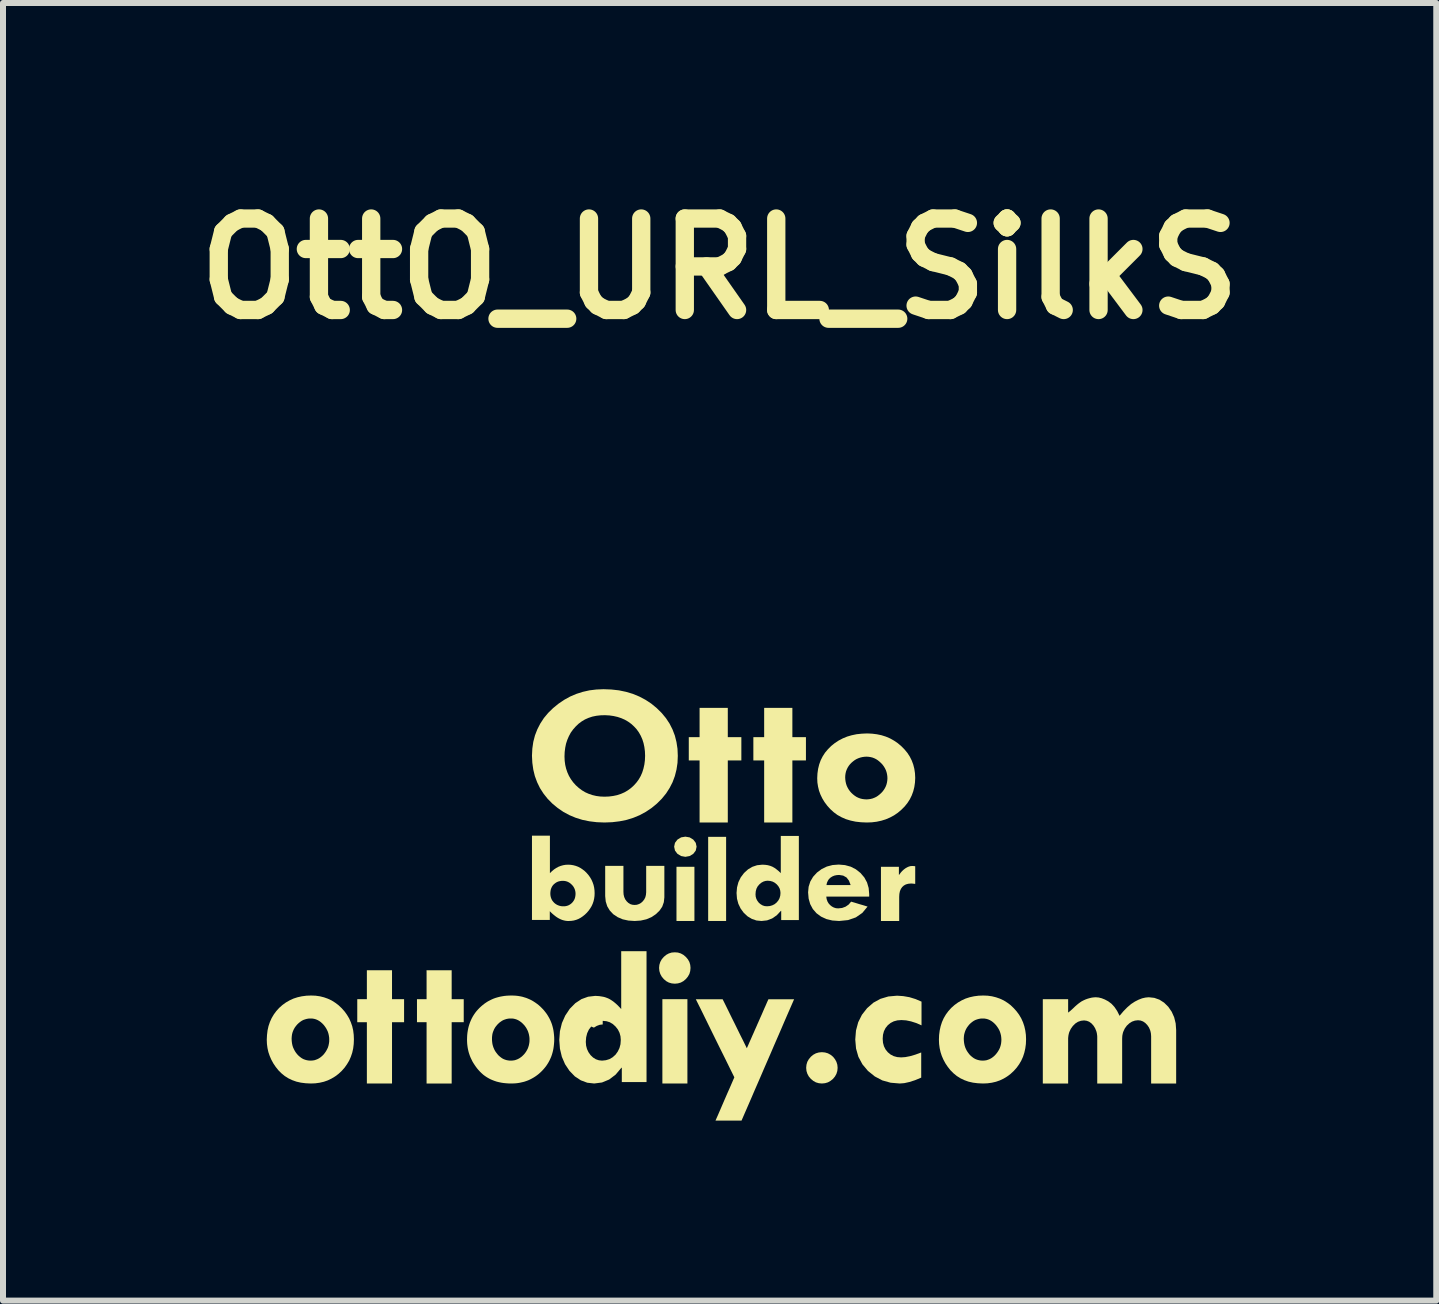
<source format=kicad_pcb>
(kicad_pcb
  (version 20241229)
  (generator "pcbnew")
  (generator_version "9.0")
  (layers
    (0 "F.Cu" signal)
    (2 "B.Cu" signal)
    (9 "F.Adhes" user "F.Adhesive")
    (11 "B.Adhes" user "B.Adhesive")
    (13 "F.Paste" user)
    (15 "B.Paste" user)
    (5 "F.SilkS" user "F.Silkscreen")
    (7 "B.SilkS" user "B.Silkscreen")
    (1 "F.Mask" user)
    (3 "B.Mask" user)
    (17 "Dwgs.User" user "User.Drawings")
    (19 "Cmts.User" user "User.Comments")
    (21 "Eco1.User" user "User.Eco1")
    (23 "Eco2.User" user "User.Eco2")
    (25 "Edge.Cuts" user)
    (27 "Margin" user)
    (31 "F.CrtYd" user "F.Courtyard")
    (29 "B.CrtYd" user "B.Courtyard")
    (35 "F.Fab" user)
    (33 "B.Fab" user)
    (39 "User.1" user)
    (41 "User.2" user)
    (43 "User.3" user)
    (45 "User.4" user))
  (footprint "OttO_URL_SilkS"
    (layer "F.Cu")
    (at 8.941 10.048)
    (property "Reference" "OttO_URL_SilkS" (at 0 -8.622 0) (layer "F.SilkS") (effects (font (size 1.524 1.524) (thickness 0.305))))
    (attr smd)
    (fp_poly (pts (xy 1.442 4.695) (xy 1.447 4.643) (xy 1.461 4.595) (xy 1.486 4.551) (xy 1.52 4.51) (xy 1.56 4.477) (xy 1.604 4.453) (xy 1.652 4.439) (xy 1.703 4.434) (xy 1.756 4.439) (xy 1.804 4.453) (xy 1.848 4.477) (xy 1.889 4.51) (xy 1.922 4.551) (xy 1.946 4.595) (xy 1.961 4.643) (xy 1.966 4.695) (xy 1.961 4.747) (xy 1.946 4.795) (xy 1.922 4.839) (xy 1.889 4.879) (xy 1.848 4.912) (xy 1.804 4.937) (xy 1.756 4.951) (xy 1.703 4.956) (xy 1.652 4.951) (xy 1.604 4.937) (xy 1.56 4.912) (xy 1.52 4.879) (xy 1.486 4.839) (xy 1.462 4.795) (xy 1.447 4.747) (xy 1.442 4.695)) (stroke (width 0) (type solid)) (fill yes) (layer "F.SilkS"))
    (fp_poly (pts (xy -0.758 1.01) (xy -0.719 1.345) (xy -0.682 1.345) (xy -0.644 1.345) (xy -0.607 1.345) (xy -0.57 1.345) (xy -0.532 1.345) (xy -0.495 1.345) (xy -0.458 1.345) (xy -0.42 1.345) (xy -0.42 1.458) (xy -0.42 1.571) (xy -0.42 1.683) (xy -0.42 1.796) (xy -0.42 1.909) (xy -0.42 2.022) (xy -0.42 2.135) (xy -0.42 2.248) (xy -0.458 2.248) (xy -0.495 2.248) (xy -0.532 2.248) (xy -0.57 2.248) (xy -0.607 2.248) (xy -0.644 2.248) (xy -0.682 2.248) (xy -0.719 2.248) (xy -0.719 2.135) (xy -0.719 2.022) (xy -0.719 1.909) (xy -0.719 1.796) (xy -0.719 1.683) (xy -0.719 1.571) (xy -0.719 1.458) (xy -0.719 1.345) (xy -0.758 1.01) (xy -0.744 0.946) (xy -0.703 0.892) (xy -0.642 0.855) (xy -0.571 0.843) (xy -0.5 0.855) (xy -0.439 0.892) (xy -0.398 0.946) (xy -0.384 1.01) (xy -0.398 1.075) (xy -0.439 1.129) (xy -0.5 1.166) (xy -0.571 1.179) (xy -0.642 1.166) (xy -0.703 1.129) (xy -0.744 1.075) (xy -0.758 1.01)) (stroke (width 0) (type solid)) (fill yes) (layer "F.SilkS"))
    (fp_poly (pts (xy 2.987 1.345) (xy 2.987 1.378) (xy 2.987 1.411) (xy 2.987 1.445) (xy 2.987 1.478) (xy 2.988 1.478) (xy 2.989 1.478) (xy 2.99 1.478) (xy 2.992 1.478) (xy 3.015 1.446) (xy 3.039 1.418) (xy 3.066 1.393) (xy 3.095 1.371) (xy 3.124 1.354) (xy 3.151 1.342) (xy 3.178 1.334) (xy 3.204 1.332) (xy 3.218 1.332) (xy 3.233 1.333) (xy 3.246 1.334) (xy 3.259 1.336) (xy 3.259 1.41) (xy 3.259 1.483) (xy 3.259 1.557) (xy 3.259 1.63) (xy 3.24 1.628) (xy 3.222 1.626) (xy 3.203 1.624) (xy 3.185 1.624) (xy 3.142 1.628) (xy 3.103 1.639) (xy 3.07 1.657) (xy 3.042 1.682) (xy 3.02 1.714) (xy 3.004 1.752) (xy 2.995 1.796) (xy 2.992 1.846) (xy 2.992 1.946) (xy 2.992 2.047) (xy 2.992 2.148) (xy 2.992 2.248) (xy 2.916 2.248) (xy 2.84 2.248) (xy 2.764 2.248) (xy 2.688 2.248) (xy 2.688 2.022) (xy 2.688 1.796) (xy 2.688 1.571) (xy 2.688 1.345) (xy 2.763 1.345) (xy 2.838 1.345) (xy 2.912 1.345) (xy 2.987 1.345)) (stroke (width 0) (type solid)) (fill yes) (layer "F.SilkS"))
    (fp_poly (pts (xy 3.359 4.439) (xy 3.359 4.544) (xy 3.359 4.649) (xy 3.359 4.753) (xy 3.359 4.858) (xy 3.256 4.901) (xy 3.162 4.931) (xy 3.077 4.95) (xy 3.001 4.956) (xy 2.849 4.943) (xy 2.71 4.904) (xy 2.585 4.838) (xy 2.472 4.747) (xy 2.379 4.636) (xy 2.312 4.511) (xy 2.273 4.374) (xy 2.26 4.224) (xy 2.272 4.073) (xy 2.309 3.935) (xy 2.371 3.811) (xy 2.457 3.701) (xy 2.561 3.61) (xy 2.68 3.545) (xy 2.811 3.506) (xy 2.956 3.493) (xy 3.06 3.5) (xy 3.163 3.518) (xy 3.264 3.549) (xy 3.364 3.592) (xy 3.364 3.691) (xy 3.364 3.789) (xy 3.364 3.888) (xy 3.364 3.987) (xy 3.274 3.948) (xy 3.189 3.921) (xy 3.107 3.904) (xy 3.029 3.899) (xy 2.962 3.904) (xy 2.902 3.92) (xy 2.849 3.947) (xy 2.802 3.985) (xy 2.765 4.031) (xy 2.738 4.084) (xy 2.722 4.144) (xy 2.717 4.21) (xy 2.722 4.277) (xy 2.738 4.336) (xy 2.765 4.389) (xy 2.802 4.435) (xy 2.848 4.473) (xy 2.9 4.5) (xy 2.959 4.516) (xy 3.025 4.521) (xy 3.094 4.516) (xy 3.172 4.501) (xy 3.261 4.475) (xy 3.359 4.439)) (stroke (width 0) (type solid)) (fill yes) (layer "F.SilkS"))
    (fp_poly (pts (xy -1.907 1.33) (xy -1.831 1.33) (xy -1.755 1.33) (xy -1.679 1.33) (xy -1.603 1.33) (xy -1.603 1.438) (xy -1.603 1.546) (xy -1.603 1.655) (xy -1.603 1.763) (xy -1.6 1.808) (xy -1.59 1.849) (xy -1.574 1.886) (xy -1.55 1.919) (xy -1.522 1.946) (xy -1.491 1.966) (xy -1.457 1.977) (xy -1.42 1.981) (xy -1.38 1.978) (xy -1.344 1.966) (xy -1.31 1.947) (xy -1.281 1.921) (xy -1.256 1.889) (xy -1.238 1.853) (xy -1.228 1.813) (xy -1.224 1.769) (xy -1.224 1.659) (xy -1.224 1.55) (xy -1.224 1.44) (xy -1.224 1.33) (xy -1.148 1.33) (xy -1.073 1.33) (xy -0.997 1.33) (xy -0.921 1.33) (xy -0.921 1.461) (xy -0.921 1.593) (xy -0.921 1.724) (xy -0.921 1.855) (xy -0.93 1.935) (xy -0.956 2.009) (xy -1.001 2.075) (xy -1.063 2.135) (xy -1.138 2.185) (xy -1.221 2.22) (xy -1.314 2.241) (xy -1.415 2.248) (xy -1.521 2.241) (xy -1.616 2.22) (xy -1.7 2.184) (xy -1.773 2.135) (xy -1.831 2.073) (xy -1.873 2.003) (xy -1.898 1.923) (xy -1.907 1.833) (xy -1.907 1.707) (xy -1.907 1.582) (xy -1.907 1.456) (xy -1.907 1.33) (xy -1.907 1.33) (xy -1.907 1.33) (xy -1.907 1.33) (xy -1.907 1.33)) (stroke (width 0) (type solid)) (fill yes) (layer "F.SilkS"))
    (fp_poly (pts (xy -0.191 0.846) (xy -0.172 0.846) (xy -0.154 0.846) (xy -0.135 0.846) (xy -0.116 0.846) (xy -0.098 0.846) (xy -0.079 0.846) (xy -0.06 0.846) (xy -0.042 0.846) (xy -0.023 0.846) (xy -0.004 0.846) (xy 0.014 0.846) (xy 0.033 0.846) (xy 0.052 0.846) (xy 0.07 0.846) (xy 0.089 0.846) (xy 0.108 0.846) (xy 0.108 0.933) (xy 0.108 1.021) (xy 0.108 1.109) (xy 0.108 1.196) (xy 0.108 1.284) (xy 0.108 1.372) (xy 0.108 1.459) (xy 0.108 1.547) (xy 0.108 1.635) (xy 0.108 1.722) (xy 0.108 1.81) (xy 0.108 1.898) (xy 0.108 1.985) (xy 0.108 2.073) (xy 0.108 2.161) (xy 0.108 2.248) (xy 0.089 2.248) (xy 0.07 2.248) (xy 0.052 2.248) (xy 0.033 2.248) (xy 0.014 2.248) (xy -0.004 2.248) (xy -0.023 2.248) (xy -0.042 2.248) (xy -0.06 2.248) (xy -0.079 2.248) (xy -0.098 2.248) (xy -0.116 2.248) (xy -0.135 2.248) (xy -0.154 2.248) (xy -0.172 2.248) (xy -0.191 2.248) (xy -0.191 2.161) (xy -0.191 2.073) (xy -0.191 1.985) (xy -0.191 1.898) (xy -0.191 1.81) (xy -0.191 1.722) (xy -0.191 1.635) (xy -0.191 1.547) (xy -0.191 1.459) (xy -0.191 1.372) (xy -0.191 1.284) (xy -0.191 1.196) (xy -0.191 1.109) (xy -0.191 1.021) (xy -0.191 0.933) (xy -0.191 0.846)) (stroke (width 0) (type solid)) (fill yes) (layer "F.SilkS"))
    (fp_poly (pts (xy 2.492 1.842) (xy 1.88 1.65) (xy 1.981 1.65) (xy 2.082 1.65) (xy 2.183 1.65) (xy 2.155 1.576) (xy 2.114 1.523) (xy 2.059 1.492) (xy 1.991 1.481) (xy 1.949 1.484) (xy 1.912 1.492) (xy 1.878 1.506) (xy 1.848 1.525) (xy 1.822 1.549) (xy 1.803 1.578) (xy 1.788 1.612) (xy 1.78 1.65) (xy 1.78 1.65) (xy 1.88 1.65) (xy 2.492 1.842) (xy 2.314 1.842) (xy 2.135 1.842) (xy 1.956 1.842) (xy 1.777 1.842) (xy 1.783 1.883) (xy 1.796 1.921) (xy 1.815 1.954) (xy 1.841 1.983) (xy 1.871 2.007) (xy 1.903 2.024) (xy 1.938 2.035) (xy 1.976 2.038) (xy 2.041 2.031) (xy 2.098 2.01) (xy 2.149 1.975) (xy 2.191 1.926) (xy 2.26 1.946) (xy 2.328 1.967) (xy 2.397 1.987) (xy 2.465 2.008) (xy 2.378 2.113) (xy 2.27 2.188) (xy 2.141 2.233) (xy 1.991 2.248) (xy 1.878 2.24) (xy 1.778 2.216) (xy 1.69 2.175) (xy 1.614 2.119) (xy 1.553 2.049) (xy 1.509 1.967) (xy 1.483 1.875) (xy 1.474 1.771) (xy 1.483 1.677) (xy 1.511 1.59) (xy 1.557 1.512) (xy 1.622 1.441) (xy 1.7 1.383) (xy 1.786 1.341) (xy 1.881 1.316) (xy 1.985 1.308) (xy 2.089 1.317) (xy 2.184 1.343) (xy 2.27 1.387) (xy 2.347 1.448) (xy 2.411 1.523) (xy 2.456 1.606) (xy 2.483 1.698) (xy 2.492 1.799) (xy 2.492 1.809) (xy 2.492 1.82) (xy 2.492 1.831) (xy 2.492 1.842)) (stroke (width 0) (type solid)) (fill yes) (layer "F.SilkS"))
    (fp_poly (pts (xy -1.009 3.03) (xy -0.954 4.956) (xy -0.954 4.868) (xy -0.954 4.78) (xy -0.954 4.692) (xy -0.954 4.605) (xy -0.954 4.517) (xy -0.954 4.429) (xy -0.954 4.341) (xy -0.954 4.253) (xy -0.954 4.166) (xy -0.954 4.078) (xy -0.954 3.99) (xy -0.954 3.902) (xy -0.954 3.814) (xy -0.954 3.727) (xy -0.954 3.639) (xy -0.954 3.551) (xy -0.928 3.551) (xy -0.902 3.551) (xy -0.876 3.551) (xy -0.85 3.551) (xy -0.745 3.551) (xy -0.641 3.551) (xy -0.615 3.551) (xy -0.589 3.551) (xy -0.563 3.551) (xy -0.537 3.551) (xy -0.537 3.639) (xy -0.537 3.727) (xy -0.537 3.814) (xy -0.537 3.902) (xy -0.537 3.99) (xy -0.537 4.078) (xy -0.537 4.166) (xy -0.537 4.253) (xy -0.537 4.341) (xy -0.537 4.429) (xy -0.537 4.517) (xy -0.537 4.605) (xy -0.537 4.692) (xy -0.537 4.78) (xy -0.537 4.868) (xy -0.537 4.956) (xy -0.563 4.956) (xy -0.589 4.956) (xy -0.615 4.956) (xy -0.641 4.956) (xy -0.745 4.956) (xy -0.85 4.956) (xy -0.876 4.956) (xy -0.902 4.956) (xy -0.928 4.956) (xy -0.954 4.956) (xy -1.009 3.03) (xy -1.004 2.979) (xy -0.989 2.931) (xy -0.965 2.887) (xy -0.931 2.847) (xy -0.891 2.813) (xy -0.847 2.789) (xy -0.799 2.774) (xy -0.747 2.77) (xy -0.695 2.774) (xy -0.647 2.789) (xy -0.603 2.813) (xy -0.563 2.847) (xy -0.529 2.887) (xy -0.504 2.931) (xy -0.49 2.979) (xy -0.485 3.03) (xy -0.49 3.082) (xy -0.504 3.131) (xy -0.529 3.175) (xy -0.563 3.216) (xy -0.603 3.25) (xy -0.647 3.274) (xy -0.695 3.288) (xy -0.747 3.293) (xy -0.799 3.288) (xy -0.847 3.274) (xy -0.891 3.25) (xy -0.931 3.216) (xy -0.965 3.175) (xy -0.989 3.131) (xy -1.004 3.082) (xy -1.009 3.03)) (stroke (width 0) (type solid)) (fill yes) (layer "F.SilkS"))
    (fp_poly (pts (xy -0.397 3.552) (xy -0.341 3.552) (xy -0.285 3.552) (xy -0.229 3.552) (xy -0.173 3.552) (xy -0.117 3.552) (xy -0.061 3.552) (xy -0.005 3.552) (xy 0.05 3.552) (xy 0.101 3.654) (xy 0.151 3.756) (xy 0.201 3.858) (xy 0.252 3.96) (xy 0.302 4.062) (xy 0.352 4.164) (xy 0.378 4.215) (xy 0.403 4.266) (xy 0.428 4.317) (xy 0.453 4.368) (xy 0.476 4.317) (xy 0.498 4.266) (xy 0.521 4.215) (xy 0.543 4.164) (xy 0.566 4.113) (xy 0.588 4.062) (xy 0.611 4.011) (xy 0.633 3.96) (xy 0.656 3.909) (xy 0.678 3.858) (xy 0.701 3.807) (xy 0.723 3.756) (xy 0.745 3.705) (xy 0.768 3.654) (xy 0.79 3.603) (xy 0.813 3.552) (xy 0.84 3.552) (xy 0.866 3.552) (xy 0.893 3.552) (xy 0.92 3.552) (xy 0.947 3.552) (xy 0.973 3.552) (xy 1 3.552) (xy 1.027 3.552) (xy 1.053 3.552) (xy 1.08 3.552) (xy 1.107 3.552) (xy 1.134 3.552) (xy 1.16 3.552) (xy 1.187 3.552) (xy 1.214 3.552) (xy 1.241 3.552) (xy 1.186 3.678) (xy 1.131 3.804) (xy 1.076 3.931) (xy 1.022 4.057) (xy 0.967 4.184) (xy 0.912 4.31) (xy 0.858 4.436) (xy 0.803 4.563) (xy 0.748 4.689) (xy 0.694 4.815) (xy 0.639 4.942) (xy 0.584 5.068) (xy 0.53 5.194) (xy 0.475 5.321) (xy 0.42 5.447) (xy 0.365 5.574) (xy 0.338 5.574) (xy 0.311 5.574) (xy 0.257 5.574) (xy 0.203 5.574) (xy 0.148 5.574) (xy 0.094 5.574) (xy 0.04 5.574) (xy -0.014 5.574) (xy -0.069 5.574) (xy -0.029 5.484) (xy 0.01 5.394) (xy 0.049 5.303) (xy 0.088 5.213) (xy 0.127 5.123) (xy 0.167 5.033) (xy 0.206 4.943) (xy 0.245 4.853) (xy 0.165 4.691) (xy 0.085 4.528) (xy 0.004 4.365) (xy -0.076 4.203) (xy -0.156 4.04) (xy -0.236 3.877) (xy -0.316 3.714) (xy -0.397 3.552)) (stroke (width 0) (type solid)) (fill yes) (layer "F.SilkS"))
    (fp_poly (pts (xy -0.334 -1.303) (xy -0.275 -1.303) (xy -0.216 -1.303) (xy -0.157 -1.303) (xy -0.099 -1.303) (xy -0.04 -1.303) (xy 0.019 -1.303) (xy 0.078 -1.303) (xy 0.136 -1.303) (xy 0.136 -1.242) (xy 0.136 -1.181) (xy 0.136 -1.12) (xy 0.136 -1.059) (xy 0.136 -0.998) (xy 0.136 -0.937) (xy 0.136 -0.876) (xy 0.136 -0.815) (xy 0.165 -0.815) (xy 0.193 -0.815) (xy 0.221 -0.815) (xy 0.249 -0.815) (xy 0.278 -0.815) (xy 0.306 -0.815) (xy 0.334 -0.815) (xy 0.362 -0.815) (xy 0.362 -0.767) (xy 0.362 -0.718) (xy 0.362 -0.67) (xy 0.362 -0.621) (xy 0.362 -0.572) (xy 0.362 -0.524) (xy 0.362 -0.475) (xy 0.362 -0.427) (xy 0.334 -0.427) (xy 0.306 -0.427) (xy 0.278 -0.427) (xy 0.249 -0.427) (xy 0.221 -0.427) (xy 0.193 -0.427) (xy 0.165 -0.427) (xy 0.136 -0.427) (xy 0.136 -0.297) (xy 0.136 -0.168) (xy 0.136 -0.039) (xy 0.136 0.09) (xy 0.136 0.219) (xy 0.136 0.349) (xy 0.136 0.478) (xy 0.136 0.607) (xy 0.078 0.607) (xy 0.019 0.607) (xy -0.04 0.607) (xy -0.099 0.607) (xy -0.157 0.607) (xy -0.216 0.607) (xy -0.275 0.607) (xy -0.334 0.607) (xy -0.334 0.478) (xy -0.334 0.349) (xy -0.334 0.219) (xy -0.334 0.09) (xy -0.334 -0.039) (xy -0.334 -0.168) (xy -0.334 -0.297) (xy -0.334 -0.427) (xy -0.356 -0.427) (xy -0.379 -0.427) (xy -0.401 -0.427) (xy -0.424 -0.427) (xy -0.446 -0.427) (xy -0.469 -0.427) (xy -0.491 -0.427) (xy -0.514 -0.427) (xy -0.514 -0.475) (xy -0.514 -0.524) (xy -0.514 -0.572) (xy -0.514 -0.621) (xy -0.514 -0.67) (xy -0.514 -0.718) (xy -0.514 -0.767) (xy -0.514 -0.815) (xy -0.491 -0.815) (xy -0.469 -0.815) (xy -0.446 -0.815) (xy -0.424 -0.815) (xy -0.401 -0.815) (xy -0.379 -0.815) (xy -0.356 -0.815) (xy -0.334 -0.815) (xy -0.334 -0.876) (xy -0.334 -0.937) (xy -0.334 -0.998) (xy -0.334 -1.059) (xy -0.334 -1.12) (xy -0.334 -1.181) (xy -0.334 -1.242) (xy -0.334 -1.303)) (stroke (width 0) (type solid)) (fill yes) (layer "F.SilkS"))
    (fp_poly (pts (xy 0.742 -1.303) (xy 0.801 -1.303) (xy 0.859 -1.303) (xy 0.918 -1.303) (xy 0.977 -1.303) (xy 1.036 -1.303) (xy 1.094 -1.303) (xy 1.153 -1.303) (xy 1.212 -1.303) (xy 1.212 -1.242) (xy 1.212 -1.181) (xy 1.212 -1.12) (xy 1.212 -1.059) (xy 1.212 -0.998) (xy 1.212 -0.937) (xy 1.212 -0.876) (xy 1.212 -0.815) (xy 1.24 -0.815) (xy 1.268 -0.815) (xy 1.297 -0.815) (xy 1.325 -0.815) (xy 1.353 -0.815) (xy 1.381 -0.815) (xy 1.41 -0.815) (xy 1.438 -0.815) (xy 1.438 -0.767) (xy 1.438 -0.718) (xy 1.438 -0.67) (xy 1.438 -0.621) (xy 1.438 -0.572) (xy 1.438 -0.524) (xy 1.438 -0.475) (xy 1.438 -0.427) (xy 1.41 -0.427) (xy 1.381 -0.427) (xy 1.353 -0.427) (xy 1.325 -0.427) (xy 1.297 -0.427) (xy 1.268 -0.427) (xy 1.24 -0.427) (xy 1.212 -0.427) (xy 1.212 -0.297) (xy 1.212 -0.168) (xy 1.212 -0.039) (xy 1.212 0.09) (xy 1.212 0.219) (xy 1.212 0.349) (xy 1.212 0.478) (xy 1.212 0.607) (xy 1.153 0.607) (xy 1.094 0.607) (xy 1.036 0.607) (xy 0.977 0.607) (xy 0.918 0.607) (xy 0.859 0.607) (xy 0.801 0.607) (xy 0.742 0.607) (xy 0.742 0.478) (xy 0.742 0.349) (xy 0.742 0.219) (xy 0.742 0.09) (xy 0.742 -0.039) (xy 0.742 -0.168) (xy 0.742 -0.297) (xy 0.742 -0.427) (xy 0.719 -0.427) (xy 0.697 -0.427) (xy 0.674 -0.427) (xy 0.652 -0.427) (xy 0.629 -0.427) (xy 0.607 -0.427) (xy 0.584 -0.427) (xy 0.562 -0.427) (xy 0.562 -0.475) (xy 0.562 -0.524) (xy 0.562 -0.572) (xy 0.562 -0.621) (xy 0.562 -0.67) (xy 0.562 -0.718) (xy 0.562 -0.767) (xy 0.562 -0.815) (xy 0.584 -0.815) (xy 0.607 -0.815) (xy 0.629 -0.815) (xy 0.652 -0.815) (xy 0.674 -0.815) (xy 0.697 -0.815) (xy 0.719 -0.815) (xy 0.742 -0.815) (xy 0.742 -0.876) (xy 0.742 -0.937) (xy 0.742 -0.998) (xy 0.742 -1.059) (xy 0.742 -1.12) (xy 0.742 -1.181) (xy 0.742 -1.242) (xy 0.742 -1.303)) (stroke (width 0) (type solid)) (fill yes) (layer "F.SilkS"))
    (fp_poly (pts (xy 1.019 0.831) (xy 1.094 0.831) (xy 1.014 1.782) (xy 1.01 1.742) (xy 0.999 1.705) (xy 0.979 1.67) (xy 0.952 1.638) (xy 0.919 1.611) (xy 0.883 1.592) (xy 0.843 1.581) (xy 0.799 1.577) (xy 0.799 1.577) (xy 0.763 1.581) (xy 0.728 1.592) (xy 0.694 1.611) (xy 0.662 1.638) (xy 0.634 1.671) (xy 0.614 1.709) (xy 0.602 1.753) (xy 0.598 1.803) (xy 0.601 1.843) (xy 0.612 1.88) (xy 0.63 1.914) (xy 0.654 1.945) (xy 0.684 1.97) (xy 0.717 1.989) (xy 0.752 2) (xy 0.791 2.003) (xy 0.837 1.999) (xy 0.878 1.987) (xy 0.916 1.968) (xy 0.95 1.94) (xy 0.978 1.906) (xy 0.998 1.869) (xy 1.01 1.827) (xy 1.014 1.782) (xy 1.094 0.831) (xy 1.169 0.831) (xy 1.188 0.831) (xy 1.207 0.831) (xy 1.226 0.831) (xy 1.245 0.831) (xy 1.263 0.831) (xy 1.282 0.831) (xy 1.301 0.831) (xy 1.32 0.831) (xy 1.32 0.919) (xy 1.32 1.006) (xy 1.32 1.094) (xy 1.32 1.182) (xy 1.32 1.269) (xy 1.32 1.357) (xy 1.32 1.445) (xy 1.32 1.532) (xy 1.32 1.62) (xy 1.32 1.707) (xy 1.32 1.795) (xy 1.32 1.883) (xy 1.32 1.97) (xy 1.32 2.058) (xy 1.32 2.146) (xy 1.32 2.233) (xy 1.301 2.233) (xy 1.283 2.233) (xy 1.265 2.233) (xy 1.246 2.233) (xy 1.228 2.233) (xy 1.21 2.233) (xy 1.191 2.233) (xy 1.173 2.233) (xy 1.099 2.233) (xy 1.026 2.233) (xy 1.026 2.195) (xy 1.026 2.156) (xy 1.026 2.118) (xy 1.026 2.079) (xy 1.025 2.079) (xy 1.023 2.079) (xy 1.022 2.079) (xy 1.021 2.079) (xy 0.952 2.153) (xy 0.875 2.206) (xy 0.79 2.238) (xy 0.698 2.248) (xy 0.614 2.24) (xy 0.538 2.214) (xy 0.467 2.172) (xy 0.403 2.113) (xy 0.35 2.041) (xy 0.312 1.962) (xy 0.289 1.876) (xy 0.282 1.782) (xy 0.29 1.688) (xy 0.313 1.601) (xy 0.352 1.521) (xy 0.407 1.448) (xy 0.473 1.388) (xy 0.546 1.345) (xy 0.624 1.319) (xy 0.709 1.31) (xy 0.757 1.312) (xy 0.801 1.318) (xy 0.842 1.329) (xy 0.878 1.343) (xy 0.912 1.362) (xy 0.947 1.387) (xy 0.983 1.416) (xy 1.019 1.451) (xy 1.019 1.296) (xy 1.019 1.141) (xy 1.019 0.986) (xy 1.019 0.831) (xy 1.019 0.831) (xy 1.019 0.831) (xy 1.019 0.831) (xy 1.019 0.831)) (stroke (width 0) (type solid)) (fill yes) (layer "F.SilkS"))
    (fp_poly (pts (xy -7.546 4.228) (xy -6.963 3.911) (xy -6.989 3.929) (xy -7.014 3.949) (xy -7.038 3.972) (xy -7.06 3.998) (xy -7.079 4.024) (xy -7.095 4.052) (xy -7.108 4.081) (xy -7.119 4.112) (xy -7.126 4.143) (xy -7.13 4.176) (xy -7.132 4.21) (xy -7.13 4.248) (xy -7.126 4.283) (xy -7.119 4.318) (xy -7.109 4.351) (xy -7.095 4.382) (xy -7.079 4.413) (xy -7.061 4.441) (xy -7.039 4.469) (xy -7.015 4.494) (xy -6.99 4.515) (xy -6.964 4.534) (xy -6.937 4.549) (xy -6.908 4.56) (xy -6.879 4.568) (xy -6.848 4.573) (xy -6.816 4.575) (xy -6.785 4.573) (xy -6.755 4.569) (xy -6.727 4.56) (xy -6.699 4.549) (xy -6.673 4.535) (xy -6.647 4.517) (xy -6.622 4.496) (xy -6.598 4.472) (xy -6.577 4.445) (xy -6.558 4.417) (xy -6.542 4.388) (xy -6.528 4.359) (xy -6.518 4.328) (xy -6.511 4.295) (xy -6.506 4.262) (xy -6.505 4.228) (xy -6.505 4.228) (xy -6.506 4.193) (xy -6.511 4.159) (xy -6.518 4.126) (xy -6.528 4.094) (xy -6.542 4.064) (xy -6.558 4.034) (xy -6.577 4.006) (xy -6.598 3.979) (xy -6.622 3.954) (xy -6.647 3.932) (xy -6.672 3.914) (xy -6.699 3.899) (xy -6.727 3.887) (xy -6.755 3.879) (xy -6.785 3.874) (xy -6.815 3.873) (xy -6.847 3.874) (xy -6.878 3.879) (xy -6.907 3.887) (xy -6.936 3.897) (xy -6.963 3.911) (xy -7.546 4.228) (xy -7.542 4.148) (xy -7.533 4.072) (xy -7.517 4) (xy -7.494 3.932) (xy -7.465 3.867) (xy -7.429 3.806) (xy -7.387 3.749) (xy -7.339 3.696) (xy -7.285 3.648) (xy -7.227 3.606) (xy -7.166 3.571) (xy -7.101 3.541) (xy -7.033 3.519) (xy -6.961 3.503) (xy -6.885 3.493) (xy -6.806 3.49) (xy -6.732 3.493) (xy -6.661 3.503) (xy -6.593 3.52) (xy -6.528 3.543) (xy -6.466 3.572) (xy -6.407 3.609) (xy -6.351 3.651) (xy -6.298 3.701) (xy -6.25 3.755) (xy -6.209 3.812) (xy -6.173 3.872) (xy -6.145 3.936) (xy -6.122 4.002) (xy -6.106 4.072) (xy -6.097 4.145) (xy -6.094 4.22) (xy -6.097 4.298) (xy -6.106 4.372) (xy -6.122 4.443) (xy -6.145 4.511) (xy -6.173 4.575) (xy -6.209 4.635) (xy -6.25 4.693) (xy -6.298 4.747) (xy -6.351 4.796) (xy -6.407 4.838) (xy -6.467 4.874) (xy -6.529 4.904) (xy -6.595 4.927) (xy -6.664 4.943) (xy -6.737 4.953) (xy -6.812 4.956) (xy -6.897 4.952) (xy -6.977 4.942) (xy -7.052 4.925) (xy -7.122 4.9) (xy -7.187 4.869) (xy -7.247 4.831) (xy -7.302 4.786) (xy -7.353 4.735) (xy -7.398 4.678) (xy -7.437 4.62) (xy -7.47 4.559) (xy -7.497 4.497) (xy -7.519 4.433) (xy -7.534 4.366) (xy -7.543 4.298) (xy -7.546 4.228)) (stroke (width 0) (type solid)) (fill yes) (layer "F.SilkS"))
    (fp_poly (pts (xy 3.654 4.228) (xy 4.236 3.911) (xy 4.21 3.929) (xy 4.185 3.949) (xy 4.161 3.972) (xy 4.14 3.998) (xy 4.121 4.024) (xy 4.105 4.052) (xy 4.092 4.081) (xy 4.082 4.112) (xy 4.074 4.143) (xy 4.07 4.176) (xy 4.068 4.21) (xy 4.07 4.248) (xy 4.074 4.283) (xy 4.081 4.318) (xy 4.091 4.351) (xy 4.104 4.382) (xy 4.12 4.413) (xy 4.139 4.441) (xy 4.16 4.469) (xy 4.184 4.494) (xy 4.209 4.515) (xy 4.235 4.534) (xy 4.263 4.549) (xy 4.291 4.56) (xy 4.321 4.568) (xy 4.351 4.573) (xy 4.383 4.575) (xy 4.414 4.573) (xy 4.444 4.569) (xy 4.472 4.56) (xy 4.5 4.549) (xy 4.526 4.535) (xy 4.552 4.517) (xy 4.577 4.496) (xy 4.6 4.472) (xy 4.622 4.445) (xy 4.641 4.417) (xy 4.658 4.388) (xy 4.671 4.359) (xy 4.681 4.328) (xy 4.689 4.295) (xy 4.693 4.262) (xy 4.695 4.228) (xy 4.695 4.228) (xy 4.693 4.193) (xy 4.689 4.159) (xy 4.681 4.126) (xy 4.671 4.094) (xy 4.658 4.064) (xy 4.641 4.034) (xy 4.622 4.006) (xy 4.601 3.979) (xy 4.577 3.954) (xy 4.552 3.932) (xy 4.527 3.914) (xy 4.5 3.899) (xy 4.472 3.887) (xy 4.444 3.879) (xy 4.414 3.874) (xy 4.384 3.873) (xy 4.352 3.874) (xy 4.321 3.879) (xy 4.292 3.887) (xy 4.264 3.897) (xy 4.236 3.911) (xy 3.654 4.228) (xy 3.657 4.148) (xy 3.667 4.072) (xy 3.683 4) (xy 3.705 3.932) (xy 3.734 3.867) (xy 3.77 3.806) (xy 3.812 3.749) (xy 3.86 3.696) (xy 3.914 3.648) (xy 3.972 3.606) (xy 4.033 3.571) (xy 4.098 3.541) (xy 4.166 3.519) (xy 4.238 3.503) (xy 4.314 3.493) (xy 4.393 3.49) (xy 4.467 3.493) (xy 4.538 3.503) (xy 4.606 3.52) (xy 4.672 3.543) (xy 4.734 3.572) (xy 4.793 3.609) (xy 4.849 3.651) (xy 4.901 3.701) (xy 4.949 3.755) (xy 4.991 3.812) (xy 5.026 3.872) (xy 5.055 3.936) (xy 5.077 4.002) (xy 5.093 4.072) (xy 5.103 4.145) (xy 5.106 4.22) (xy 5.103 4.298) (xy 5.093 4.372) (xy 5.077 4.443) (xy 5.055 4.511) (xy 5.026 4.575) (xy 4.991 4.635) (xy 4.949 4.693) (xy 4.901 4.747) (xy 4.848 4.796) (xy 4.792 4.838) (xy 4.733 4.874) (xy 4.67 4.904) (xy 4.604 4.927) (xy 4.535 4.943) (xy 4.462 4.953) (xy 4.387 4.956) (xy 4.302 4.952) (xy 4.222 4.942) (xy 4.147 4.925) (xy 4.077 4.9) (xy 4.012 4.869) (xy 3.952 4.831) (xy 3.897 4.786) (xy 3.846 4.735) (xy 3.801 4.678) (xy 3.762 4.62) (xy 3.729 4.559) (xy 3.702 4.497) (xy 3.681 4.433) (xy 3.666 4.366) (xy 3.657 4.298) (xy 3.654 4.228)) (stroke (width 0) (type solid)) (fill yes) (layer "F.SilkS"))
    (fp_poly (pts (xy -3.127 -0.506) (xy -3.121 -0.624) (xy -2.244 -1.11) (xy -2.299 -1.077) (xy -2.351 -1.038) (xy -2.399 -0.992) (xy -2.443 -0.942) (xy -2.481 -0.889) (xy -2.512 -0.831) (xy -2.538 -0.771) (xy -2.559 -0.707) (xy -2.573 -0.639) (xy -2.582 -0.568) (xy -2.585 -0.493) (xy -2.582 -0.422) (xy -2.573 -0.354) (xy -2.558 -0.29) (xy -2.537 -0.228) (xy -2.511 -0.17) (xy -2.478 -0.114) (xy -2.44 -0.062) (xy -2.396 -0.013) (xy -2.347 0.031) (xy -2.295 0.07) (xy -2.24 0.103) (xy -2.182 0.129) (xy -2.12 0.15) (xy -2.056 0.165) (xy -1.989 0.174) (xy -1.918 0.177) (xy -1.844 0.174) (xy -1.774 0.165) (xy -1.707 0.151) (xy -1.644 0.13) (xy -1.585 0.104) (xy -1.529 0.071) (xy -1.477 0.033) (xy -1.429 -0.011) (xy -1.385 -0.06) (xy -1.347 -0.112) (xy -1.315 -0.168) (xy -1.289 -0.228) (xy -1.269 -0.292) (xy -1.254 -0.36) (xy -1.245 -0.431) (xy -1.242 -0.506) (xy -1.245 -0.58) (xy -1.254 -0.65) (xy -1.268 -0.716) (xy -1.288 -0.779) (xy -1.314 -0.838) (xy -1.345 -0.893) (xy -1.382 -0.945) (xy -1.425 -0.992) (xy -1.473 -1.036) (xy -1.524 -1.073) (xy -1.579 -1.105) (xy -1.638 -1.131) (xy -1.701 -1.152) (xy -1.767 -1.167) (xy -1.837 -1.177) (xy -1.911 -1.181) (xy -1.911 -1.181) (xy -1.985 -1.179) (xy -2.055 -1.171) (xy -2.122 -1.157) (xy -2.185 -1.136) (xy -2.244 -1.11) (xy -3.121 -0.624) (xy -3.105 -0.736) (xy -3.077 -0.844) (xy -3.038 -0.945) (xy -2.988 -1.042) (xy -2.928 -1.134) (xy -2.856 -1.22) (xy -2.773 -1.301) (xy -2.683 -1.374) (xy -2.588 -1.438) (xy -2.49 -1.492) (xy -2.387 -1.536) (xy -2.28 -1.57) (xy -2.169 -1.595) (xy -2.054 -1.609) (xy -1.935 -1.614) (xy -1.804 -1.609) (xy -1.678 -1.595) (xy -1.559 -1.57) (xy -1.445 -1.536) (xy -1.337 -1.491) (xy -1.235 -1.437) (xy -1.138 -1.373) (xy -1.048 -1.299) (xy -0.966 -1.218) (xy -0.894 -1.131) (xy -0.834 -1.04) (xy -0.785 -0.943) (xy -0.746 -0.841) (xy -0.719 -0.733) (xy -0.702 -0.621) (xy -0.697 -0.503) (xy -0.702 -0.386) (xy -0.719 -0.274) (xy -0.746 -0.167) (xy -0.784 -0.065) (xy -0.833 0.031) (xy -0.892 0.123) (xy -0.963 0.21) (xy -1.044 0.291) (xy -1.134 0.365) (xy -1.229 0.429) (xy -1.33 0.484) (xy -1.436 0.528) (xy -1.548 0.563) (xy -1.666 0.587) (xy -1.789 0.602) (xy -1.918 0.607) (xy -2.047 0.602) (xy -2.17 0.587) (xy -2.287 0.563) (xy -2.399 0.528) (xy -2.504 0.484) (xy -2.604 0.43) (xy -2.698 0.366) (xy -2.786 0.293) (xy -2.866 0.212) (xy -2.935 0.125) (xy -2.994 0.033) (xy -3.041 -0.064) (xy -3.079 -0.167) (xy -3.105 -0.274) (xy -3.121 -0.388) (xy -3.127 -0.506) (xy -3.127 -0.506)) (stroke (width 0) (type solid)) (fill yes) (layer "F.SilkS"))
    (fp_poly (pts (xy 1.626 -0.131) (xy 2.281 -0.45) (xy 2.252 -0.433) (xy 2.224 -0.412) (xy 2.197 -0.389) (xy 2.172 -0.363) (xy 2.151 -0.336) (xy 2.133 -0.307) (xy 2.119 -0.278) (xy 2.107 -0.247) (xy 2.099 -0.215) (xy 2.094 -0.182) (xy 2.092 -0.147) (xy 2.094 -0.11) (xy 2.099 -0.073) (xy 2.107 -0.038) (xy 2.118 -0.005) (xy 2.133 0.027) (xy 2.151 0.058) (xy 2.172 0.087) (xy 2.196 0.114) (xy 2.223 0.139) (xy 2.251 0.161) (xy 2.28 0.18) (xy 2.311 0.195) (xy 2.343 0.207) (xy 2.376 0.215) (xy 2.411 0.22) (xy 2.447 0.222) (xy 2.481 0.22) (xy 2.514 0.215) (xy 2.547 0.207) (xy 2.578 0.195) (xy 2.608 0.181) (xy 2.636 0.163) (xy 2.664 0.141) (xy 2.691 0.117) (xy 2.716 0.09) (xy 2.737 0.062) (xy 2.755 0.033) (xy 2.77 0.002) (xy 2.781 -0.029) (xy 2.789 -0.062) (xy 2.794 -0.096) (xy 2.796 -0.131) (xy 2.796 -0.131) (xy 2.794 -0.166) (xy 2.789 -0.2) (xy 2.781 -0.233) (xy 2.77 -0.265) (xy 2.755 -0.296) (xy 2.737 -0.326) (xy 2.716 -0.355) (xy 2.691 -0.382) (xy 2.664 -0.407) (xy 2.637 -0.429) (xy 2.608 -0.448) (xy 2.578 -0.463) (xy 2.547 -0.475) (xy 2.514 -0.483) (xy 2.481 -0.488) (xy 2.447 -0.49) (xy 2.411 -0.488) (xy 2.377 -0.483) (xy 2.344 -0.475) (xy 2.312 -0.464) (xy 2.281 -0.45) (xy 1.626 -0.131) (xy 1.63 -0.211) (xy 1.641 -0.288) (xy 1.659 -0.361) (xy 1.684 -0.43) (xy 1.717 -0.495) (xy 1.757 -0.557) (xy 1.805 -0.614) (xy 1.859 -0.668) (xy 1.92 -0.717) (xy 1.984 -0.759) (xy 2.053 -0.795) (xy 2.126 -0.825) (xy 2.202 -0.847) (xy 2.283 -0.864) (xy 2.369 -0.873) (xy 2.458 -0.877) (xy 2.541 -0.873) (xy 2.621 -0.863) (xy 2.697 -0.847) (xy 2.77 -0.824) (xy 2.84 -0.794) (xy 2.906 -0.757) (xy 2.969 -0.714) (xy 3.028 -0.664) (xy 3.082 -0.609) (xy 3.129 -0.552) (xy 3.169 -0.49) (xy 3.201 -0.426) (xy 3.226 -0.359) (xy 3.244 -0.288) (xy 3.255 -0.214) (xy 3.259 -0.137) (xy 3.255 -0.059) (xy 3.244 0.016) (xy 3.226 0.088) (xy 3.201 0.156) (xy 3.169 0.221) (xy 3.129 0.283) (xy 3.082 0.341) (xy 3.028 0.395) (xy 2.969 0.445) (xy 2.906 0.488) (xy 2.839 0.524) (xy 2.769 0.554) (xy 2.695 0.577) (xy 2.617 0.594) (xy 2.536 0.604) (xy 2.451 0.607) (xy 2.356 0.603) (xy 2.266 0.593) (xy 2.182 0.575) (xy 2.103 0.551) (xy 2.03 0.519) (xy 1.962 0.481) (xy 1.9 0.435) (xy 1.843 0.383) (xy 1.792 0.326) (xy 1.748 0.267) (xy 1.711 0.206) (xy 1.68 0.142) (xy 1.656 0.077) (xy 1.64 0.01) (xy 1.629 -0.059) (xy 1.626 -0.131) (xy 1.626 -0.131)) (stroke (width 0) (type solid)) (fill yes) (layer "F.SilkS"))
    (fp_poly (pts (xy -1.64 2.751) (xy -1.613 2.751) (xy -1.647 4.23) (xy -1.652 4.169) (xy -1.668 4.111) (xy -1.695 4.057) (xy -1.734 4.007) (xy -1.78 3.965) (xy -1.831 3.935) (xy -1.886 3.918) (xy -1.948 3.912) (xy -1.948 3.972) (xy -1.998 3.978) (xy -2.047 3.996) (xy -2.095 4.025) (xy -2.14 4.007) (xy -2.179 4.058) (xy -2.207 4.118) (xy -2.224 4.186) (xy -2.23 4.262) (xy -2.225 4.325) (xy -2.21 4.382) (xy -2.185 4.435) (xy -2.15 4.484) (xy -2.109 4.523) (xy -2.063 4.552) (xy -2.013 4.569) (xy -1.959 4.575) (xy -1.895 4.568) (xy -1.836 4.55) (xy -1.783 4.519) (xy -1.735 4.476) (xy -1.697 4.423) (xy -1.669 4.365) (xy -1.652 4.301) (xy -1.647 4.23) (xy -1.613 2.751) (xy -1.587 2.751) (xy -1.561 2.751) (xy -1.534 2.751) (xy -1.429 2.751) (xy -1.323 2.751) (xy -1.31 2.751) (xy -1.297 2.751) (xy -1.284 2.751) (xy -1.271 2.751) (xy -1.257 2.751) (xy -1.244 2.751) (xy -1.231 2.751) (xy -1.218 2.751) (xy -1.218 2.82) (xy -1.218 2.888) (xy -1.218 2.956) (xy -1.218 3.024) (xy -1.218 3.092) (xy -1.218 3.16) (xy -1.218 3.228) (xy -1.218 3.297) (xy -1.218 3.365) (xy -1.218 3.433) (xy -1.218 3.501) (xy -1.218 3.569) (xy -1.218 3.637) (xy -1.218 3.706) (xy -1.218 3.774) (xy -1.218 3.842) (xy -1.218 3.91) (xy -1.218 3.978) (xy -1.218 4.046) (xy -1.218 4.115) (xy -1.218 4.183) (xy -1.218 4.251) (xy -1.218 4.319) (xy -1.218 4.387) (xy -1.218 4.455) (xy -1.218 4.524) (xy -1.218 4.592) (xy -1.218 4.66) (xy -1.218 4.728) (xy -1.218 4.796) (xy -1.218 4.864) (xy -1.218 4.932) (xy -1.231 4.932) (xy -1.244 4.932) (xy -1.256 4.932) (xy -1.269 4.932) (xy -1.282 4.932) (xy -1.295 4.932) (xy -1.308 4.932) (xy -1.321 4.932) (xy -1.424 4.932) (xy -1.527 4.932) (xy -1.63 4.932) (xy -1.63 4.872) (xy -1.63 4.813) (xy -1.63 4.753) (xy -1.63 4.693) (xy -1.632 4.693) (xy -1.633 4.693) (xy -1.635 4.693) (xy -1.636 4.693) (xy -1.733 4.808) (xy -1.841 4.89) (xy -1.96 4.939) (xy -2.09 4.956) (xy -2.206 4.943) (xy -2.313 4.903) (xy -2.412 4.838) (xy -2.502 4.745) (xy -2.576 4.634) (xy -2.629 4.511) (xy -2.661 4.376) (xy -2.672 4.23) (xy -2.661 4.084) (xy -2.628 3.949) (xy -2.573 3.825) (xy -2.497 3.711) (xy -2.404 3.617) (xy -2.302 3.55) (xy -2.192 3.51) (xy -2.073 3.496) (xy -2.006 3.5) (xy -1.944 3.51) (xy -1.93 3.513) (xy -1.915 3.517) (xy -1.902 3.521) (xy -1.888 3.526) (xy -1.875 3.531) (xy -1.862 3.536) (xy -1.849 3.542) (xy -1.837 3.548) (xy -1.825 3.555) (xy -1.813 3.562) (xy -1.801 3.57) (xy -1.789 3.578) (xy -1.776 3.587) (xy -1.764 3.596) (xy -1.752 3.606) (xy -1.74 3.616) (xy -1.727 3.627) (xy -1.715 3.638) (xy -1.702 3.65) (xy -1.69 3.662) (xy -1.678 3.675) (xy -1.665 3.688) (xy -1.652 3.702) (xy -1.64 3.716) (xy -1.64 3.656) (xy -1.64 3.595) (xy -1.64 3.535) (xy -1.64 3.475) (xy -1.64 3.415) (xy -1.64 3.354) (xy -1.64 3.294) (xy -1.64 3.234) (xy -1.64 3.173) (xy -1.64 3.113) (xy -1.64 3.053) (xy -1.64 2.993) (xy -1.64 2.932) (xy -1.64 2.872) (xy -1.64 2.812) (xy -1.64 2.751)) (stroke (width 0) (type solid)) (fill yes) (layer "F.SilkS"))
    (fp_poly (pts (xy -3.127 0.827) (xy -2.746 1.623) (xy -2.762 1.636) (xy -2.776 1.651) (xy -2.788 1.667) (xy -2.798 1.685) (xy -2.806 1.703) (xy -2.813 1.723) (xy -2.817 1.744) (xy -2.82 1.767) (xy -2.821 1.79) (xy -2.82 1.813) (xy -2.817 1.834) (xy -2.812 1.855) (xy -2.805 1.875) (xy -2.797 1.893) (xy -2.786 1.911) (xy -2.773 1.927) (xy -2.759 1.943) (xy -2.743 1.957) (xy -2.726 1.969) (xy -2.707 1.98) (xy -2.688 1.988) (xy -2.668 1.995) (xy -2.647 2) (xy -2.625 2.003) (xy -2.602 2.003) (xy -2.581 2.003) (xy -2.561 2) (xy -2.541 1.995) (xy -2.523 1.989) (xy -2.505 1.98) (xy -2.489 1.97) (xy -2.473 1.958) (xy -2.458 1.944) (xy -2.445 1.929) (xy -2.433 1.912) (xy -2.423 1.895) (xy -2.415 1.877) (xy -2.409 1.858) (xy -2.405 1.838) (xy -2.402 1.817) (xy -2.401 1.794) (xy -2.402 1.773) (xy -2.405 1.752) (xy -2.41 1.732) (xy -2.417 1.712) (xy -2.426 1.694) (xy -2.436 1.676) (xy -2.449 1.659) (xy -2.464 1.643) (xy -2.48 1.628) (xy -2.496 1.615) (xy -2.514 1.604) (xy -2.532 1.595) (xy -2.551 1.588) (xy -2.571 1.583) (xy -2.592 1.58) (xy -2.613 1.579) (xy -2.613 1.579) (xy -2.635 1.58) (xy -2.656 1.583) (xy -2.676 1.587) (xy -2.695 1.593) (xy -2.713 1.601) (xy -2.73 1.611) (xy -2.746 1.623) (xy -3.127 0.827) (xy -3.108 0.827) (xy -3.089 0.827) (xy -3.071 0.827) (xy -3.052 0.827) (xy -3.033 0.827) (xy -3.015 0.827) (xy -2.996 0.827) (xy -2.991 0.827) (xy -2.987 0.827) (xy -2.982 0.827) (xy -2.977 0.827) (xy -2.94 0.827) (xy -2.903 0.827) (xy -2.865 0.827) (xy -2.828 0.827) (xy -2.828 0.905) (xy -2.828 0.983) (xy -2.828 1.061) (xy -2.828 1.139) (xy -2.828 1.217) (xy -2.828 1.295) (xy -2.828 1.373) (xy -2.828 1.451) (xy -2.794 1.418) (xy -2.759 1.389) (xy -2.723 1.365) (xy -2.686 1.345) (xy -2.647 1.33) (xy -2.608 1.319) (xy -2.567 1.312) (xy -2.525 1.31) (xy -2.481 1.312) (xy -2.438 1.319) (xy -2.397 1.33) (xy -2.357 1.345) (xy -2.319 1.365) (xy -2.283 1.389) (xy -2.247 1.417) (xy -2.214 1.45) (xy -2.183 1.486) (xy -2.157 1.523) (xy -2.134 1.563) (xy -2.116 1.604) (xy -2.101 1.647) (xy -2.091 1.691) (xy -2.085 1.738) (xy -2.083 1.786) (xy -2.085 1.832) (xy -2.091 1.876) (xy -2.101 1.919) (xy -2.115 1.96) (xy -2.133 2) (xy -2.156 2.038) (xy -2.182 2.075) (xy -2.212 2.11) (xy -2.245 2.142) (xy -2.28 2.17) (xy -2.315 2.194) (xy -2.352 2.214) (xy -2.39 2.229) (xy -2.43 2.24) (xy -2.471 2.246) (xy -2.513 2.248) (xy -2.534 2.248) (xy -2.555 2.246) (xy -2.576 2.243) (xy -2.596 2.238) (xy -2.616 2.233) (xy -2.635 2.226) (xy -2.654 2.218) (xy -2.672 2.209) (xy -2.691 2.199) (xy -2.71 2.187) (xy -2.729 2.174) (xy -2.748 2.159) (xy -2.768 2.143) (xy -2.789 2.125) (xy -2.809 2.106) (xy -2.83 2.085) (xy -2.83 2.104) (xy -2.83 2.122) (xy -2.83 2.14) (xy -2.83 2.158) (xy -2.83 2.177) (xy -2.83 2.195) (xy -2.83 2.213) (xy -2.83 2.231) (xy -2.867 2.231) (xy -2.904 2.231) (xy -2.942 2.231) (xy -2.979 2.231) (xy -2.997 2.231) (xy -3.016 2.231) (xy -3.034 2.231) (xy -3.053 2.231) (xy -3.071 2.231) (xy -3.09 2.231) (xy -3.108 2.231) (xy -3.127 2.231) (xy -3.127 2.144) (xy -3.127 2.056) (xy -3.127 1.968) (xy -3.127 1.88) (xy -3.127 1.792) (xy -3.127 1.705) (xy -3.127 1.617) (xy -3.127 1.529) (xy -3.127 1.441) (xy -3.127 1.353) (xy -3.127 1.266) (xy -3.127 1.178) (xy -3.127 1.09) (xy -3.127 1.002) (xy -3.127 0.914) (xy -3.127 0.827) (xy -3.127 0.827) (xy -3.127 0.827) (xy -3.127 0.827) (xy -3.127 0.827) (xy -3.127 0.827) (xy -3.127 0.827) (xy -3.127 0.827) (xy -3.127 0.827) (xy -3.127 0.827) (xy -3.127 0.827) (xy -3.127 0.827) (xy -3.127 0.827) (xy -3.127 0.827) (xy -3.127 0.827) (xy -3.127 0.827) (xy -3.127 0.827)) (stroke (width 0) (type solid)) (fill yes) (layer "F.SilkS"))
    (fp_poly (pts (xy -5.878 3.069) (xy -5.852 3.069) (xy -5.825 3.069) (xy -5.799 3.069) (xy -5.773 3.069) (xy -5.747 3.069) (xy -5.721 3.069) (xy -5.695 3.069) (xy -5.668 3.069) (xy -5.642 3.069) (xy -5.616 3.069) (xy -5.59 3.069) (xy -5.564 3.069) (xy -5.537 3.069) (xy -5.511 3.069) (xy -5.485 3.069) (xy -5.459 3.069) (xy -5.459 3.099) (xy -5.459 3.129) (xy -5.459 3.159) (xy -5.459 3.189) (xy -5.459 3.22) (xy -5.459 3.25) (xy -5.459 3.28) (xy -5.459 3.31) (xy -5.459 3.34) (xy -5.459 3.37) (xy -5.459 3.4) (xy -5.459 3.431) (xy -5.459 3.461) (xy -5.459 3.491) (xy -5.459 3.521) (xy -5.459 3.551) (xy -5.453 3.551) (xy -5.446 3.551) (xy -5.44 3.551) (xy -5.434 3.551) (xy -5.428 3.551) (xy -5.421 3.551) (xy -5.415 3.551) (xy -5.409 3.551) (xy -5.402 3.551) (xy -5.396 3.551) (xy -5.39 3.551) (xy -5.384 3.551) (xy -5.358 3.551) (xy -5.333 3.551) (xy -5.308 3.551) (xy -5.283 3.551) (xy -5.258 3.551) (xy -5.258 3.599) (xy -5.258 3.647) (xy -5.258 3.695) (xy -5.258 3.743) (xy -5.258 3.791) (xy -5.258 3.839) (xy -5.258 3.887) (xy -5.258 3.935) (xy -5.283 3.935) (xy -5.308 3.935) (xy -5.333 3.935) (xy -5.358 3.935) (xy -5.384 3.935) (xy -5.409 3.935) (xy -5.412 3.935) (xy -5.415 3.935) (xy -5.418 3.935) (xy -5.421 3.935) (xy -5.424 3.935) (xy -5.428 3.935) (xy -5.431 3.935) (xy -5.434 3.935) (xy -5.437 3.935) (xy -5.44 3.935) (xy -5.443 3.935) (xy -5.446 3.935) (xy -5.449 3.935) (xy -5.453 3.935) (xy -5.456 3.935) (xy -5.459 3.935) (xy -5.459 3.967) (xy -5.459 3.999) (xy -5.459 4.031) (xy -5.459 4.063) (xy -5.459 4.095) (xy -5.459 4.127) (xy -5.459 4.159) (xy -5.459 4.19) (xy -5.459 4.222) (xy -5.459 4.254) (xy -5.459 4.286) (xy -5.459 4.318) (xy -5.459 4.35) (xy -5.459 4.382) (xy -5.459 4.414) (xy -5.459 4.446) (xy -5.459 4.478) (xy -5.459 4.509) (xy -5.459 4.541) (xy -5.459 4.573) (xy -5.459 4.605) (xy -5.459 4.637) (xy -5.459 4.669) (xy -5.459 4.701) (xy -5.459 4.733) (xy -5.459 4.765) (xy -5.459 4.797) (xy -5.459 4.828) (xy -5.459 4.86) (xy -5.459 4.892) (xy -5.459 4.924) (xy -5.459 4.956) (xy -5.472 4.956) (xy -5.485 4.956) (xy -5.498 4.956) (xy -5.501 4.956) (xy -5.505 4.956) (xy -5.508 4.956) (xy -5.511 4.956) (xy -5.515 4.956) (xy -5.518 4.956) (xy -5.521 4.956) (xy -5.524 4.956) (xy -5.528 4.956) (xy -5.531 4.956) (xy -5.534 4.956) (xy -5.537 4.956) (xy -5.541 4.956) (xy -5.544 4.956) (xy -5.547 4.956) (xy -5.551 4.956) (xy -5.554 4.956) (xy -5.557 4.956) (xy -5.56 4.956) (xy -5.564 4.956) (xy -5.59 4.956) (xy -5.616 4.956) (xy -5.642 4.956) (xy -5.668 4.956) (xy -5.695 4.956) (xy -5.721 4.956) (xy -5.747 4.956) (xy -5.773 4.956) (xy -5.799 4.956) (xy -5.825 4.956) (xy -5.852 4.956) (xy -5.878 4.956) (xy -5.878 4.948) (xy -5.878 4.94) (xy -5.878 4.932) (xy -5.878 4.924) (xy -5.878 4.892) (xy -5.878 4.86) (xy -5.878 4.828) (xy -5.878 4.797) (xy -5.878 4.765) (xy -5.878 4.733) (xy -5.878 4.701) (xy -5.878 4.669) (xy -5.878 4.637) (xy -5.878 4.605) (xy -5.878 4.573) (xy -5.878 4.541) (xy -5.878 4.509) (xy -5.878 4.478) (xy -5.878 4.446) (xy -5.878 4.414) (xy -5.878 4.382) (xy -5.878 4.35) (xy -5.878 4.318) (xy -5.878 4.286) (xy -5.878 4.254) (xy -5.878 4.222) (xy -5.878 4.19) (xy -5.878 4.159) (xy -5.878 4.127) (xy -5.878 4.095) (xy -5.878 4.063) (xy -5.878 4.031) (xy -5.878 3.999) (xy -5.878 3.967) (xy -5.878 3.935) (xy -5.88 3.935) (xy -5.883 3.935) (xy -5.885 3.935) (xy -5.888 3.935) (xy -5.89 3.935) (xy -5.893 3.935) (xy -5.895 3.935) (xy -5.898 3.935) (xy -5.9 3.935) (xy -5.903 3.935) (xy -5.905 3.935) (xy -5.908 3.935) (xy -5.91 3.935) (xy -5.913 3.935) (xy -5.915 3.935) (xy -5.918 3.935) (xy -5.938 3.935) (xy -5.958 3.935) (xy -5.978 3.935) (xy -5.998 3.935) (xy -6.018 3.935) (xy -6.038 3.935) (xy -6.038 3.887) (xy -6.038 3.839) (xy -6.038 3.791) (xy -6.038 3.743) (xy -6.038 3.695) (xy -6.038 3.647) (xy -6.038 3.599) (xy -6.038 3.551) (xy -6.018 3.551) (xy -5.998 3.551) (xy -5.978 3.551) (xy -5.958 3.551) (xy -5.953 3.551) (xy -5.948 3.551) (xy -5.943 3.551) (xy -5.938 3.551) (xy -5.933 3.551) (xy -5.928 3.551) (xy -5.923 3.551) (xy -5.918 3.551) (xy -5.913 3.551) (xy -5.908 3.551) (xy -5.903 3.551) (xy -5.898 3.551) (xy -5.893 3.551) (xy -5.888 3.551) (xy -5.883 3.551) (xy -5.878 3.551) (xy -5.878 3.521) (xy -5.878 3.491) (xy -5.878 3.461) (xy -5.878 3.431) (xy -5.878 3.4) (xy -5.878 3.37) (xy -5.878 3.34) (xy -5.878 3.31) (xy -5.878 3.28) (xy -5.878 3.25) (xy -5.878 3.22) (xy -5.878 3.189) (xy -5.878 3.159) (xy -5.878 3.129) (xy -5.878 3.099) (xy -5.878 3.069)) (stroke (width 0) (type solid)) (fill yes) (layer "F.SilkS"))
    (fp_poly (pts (xy -4.209 4.228) (xy -3.613 3.904) (xy -3.626 3.911) (xy -3.639 3.92) (xy -3.652 3.929) (xy -3.665 3.938) (xy -3.677 3.949) (xy -3.689 3.96) (xy -3.701 3.972) (xy -3.712 3.985) (xy -3.723 3.998) (xy -3.733 4.011) (xy -3.742 4.024) (xy -3.75 4.038) (xy -3.758 4.052) (xy -3.764 4.067) (xy -3.77 4.081) (xy -3.776 4.096) (xy -3.781 4.112) (xy -3.785 4.127) (xy -3.788 4.143) (xy -3.79 4.16) (xy -3.792 4.176) (xy -3.793 4.193) (xy -3.793 4.21) (xy -3.793 4.229) (xy -3.792 4.248) (xy -3.79 4.266) (xy -3.788 4.283) (xy -3.785 4.301) (xy -3.781 4.318) (xy -3.776 4.334) (xy -3.771 4.351) (xy -3.764 4.367) (xy -3.758 4.382) (xy -3.75 4.398) (xy -3.742 4.413) (xy -3.733 4.427) (xy -3.723 4.441) (xy -3.712 4.455) (xy -3.701 4.469) (xy -3.69 4.482) (xy -3.678 4.494) (xy -3.665 4.505) (xy -3.653 4.515) (xy -3.64 4.525) (xy -3.627 4.534) (xy -3.614 4.542) (xy -3.6 4.549) (xy -3.586 4.555) (xy -3.571 4.56) (xy -3.557 4.565) (xy -3.542 4.568) (xy -3.527 4.571) (xy -3.511 4.573) (xy -3.495 4.575) (xy -3.479 4.575) (xy -3.464 4.575) (xy -3.448 4.573) (xy -3.433 4.571) (xy -3.419 4.569) (xy -3.404 4.565) (xy -3.39 4.56) (xy -3.376 4.555) (xy -3.362 4.549) (xy -3.349 4.542) (xy -3.336 4.535) (xy -3.323 4.526) (xy -3.31 4.517) (xy -3.297 4.507) (xy -3.285 4.496) (xy -3.273 4.484) (xy -3.261 4.472) (xy -3.249 4.458) (xy -3.239 4.445) (xy -3.229 4.431) (xy -3.22 4.417) (xy -3.212 4.403) (xy -3.204 4.388) (xy -3.197 4.374) (xy -3.191 4.359) (xy -3.186 4.343) (xy -3.181 4.328) (xy -3.177 4.312) (xy -3.174 4.295) (xy -3.171 4.279) (xy -3.169 4.262) (xy -3.168 4.245) (xy -3.168 4.228) (xy -3.168 4.228) (xy -3.168 4.228) (xy -3.168 4.21) (xy -3.169 4.193) (xy -3.171 4.176) (xy -3.174 4.159) (xy -3.177 4.142) (xy -3.181 4.126) (xy -3.186 4.11) (xy -3.191 4.094) (xy -3.197 4.079) (xy -3.204 4.064) (xy -3.212 4.049) (xy -3.22 4.034) (xy -3.229 4.02) (xy -3.239 4.006) (xy -3.249 3.992) (xy -3.261 3.979) (xy -3.273 3.966) (xy -3.285 3.954) (xy -3.297 3.943) (xy -3.31 3.932) (xy -3.323 3.923) (xy -3.336 3.914) (xy -3.349 3.906) (xy -3.362 3.899) (xy -3.376 3.893) (xy -3.39 3.887) (xy -3.404 3.883) (xy -3.419 3.879) (xy -3.433 3.876) (xy -3.448 3.874) (xy -3.464 3.873) (xy -3.479 3.873) (xy -3.495 3.873) (xy -3.511 3.874) (xy -3.526 3.876) (xy -3.541 3.879) (xy -3.556 3.882) (xy -3.57 3.887) (xy -3.585 3.892) (xy -3.599 3.897) (xy -3.613 3.904) (xy -4.209 4.228) (xy -4.208 4.187) (xy -4.206 4.148) (xy -4.202 4.11) (xy -4.196 4.072) (xy -4.189 4.036) (xy -4.18 4) (xy -4.169 3.965) (xy -4.157 3.932) (xy -4.143 3.899) (xy -4.128 3.867) (xy -4.111 3.836) (xy -4.092 3.806) (xy -4.072 3.777) (xy -4.05 3.749) (xy -4.026 3.722) (xy -4.001 3.696) (xy -3.974 3.671) (xy -3.947 3.648) (xy -3.919 3.626) (xy -3.89 3.606) (xy -3.86 3.587) (xy -3.829 3.571) (xy -3.797 3.555) (xy -3.765 3.541) (xy -3.731 3.529) (xy -3.696 3.519) (xy -3.661 3.51) (xy -3.624 3.503) (xy -3.587 3.497) (xy -3.548 3.493) (xy -3.509 3.491) (xy -3.469 3.49) (xy -3.431 3.491) (xy -3.395 3.493) (xy -3.359 3.497) (xy -3.324 3.503) (xy -3.289 3.51) (xy -3.256 3.52) (xy -3.223 3.53) (xy -3.191 3.543) (xy -3.159 3.557) (xy -3.129 3.572) (xy -3.099 3.59) (xy -3.07 3.609) (xy -3.042 3.629) (xy -3.014 3.651) (xy -2.987 3.675) (xy -2.961 3.701) (xy -2.936 3.727) (xy -2.913 3.755) (xy -2.891 3.783) (xy -2.871 3.812) (xy -2.853 3.842) (xy -2.836 3.872) (xy -2.821 3.903) (xy -2.807 3.936) (xy -2.795 3.968) (xy -2.785 4.002) (xy -2.776 4.037) (xy -2.769 4.072) (xy -2.764 4.108) (xy -2.76 4.145) (xy -2.757 4.182) (xy -2.756 4.22) (xy -2.757 4.26) (xy -2.76 4.298) (xy -2.764 4.336) (xy -2.769 4.372) (xy -2.776 4.408) (xy -2.785 4.443) (xy -2.795 4.477) (xy -2.807 4.511) (xy -2.821 4.543) (xy -2.836 4.575) (xy -2.853 4.606) (xy -2.871 4.635) (xy -2.891 4.665) (xy -2.913 4.693) (xy -2.936 4.72) (xy -2.961 4.747) (xy -2.987 4.772) (xy -3.014 4.796) (xy -3.042 4.818) (xy -3.07 4.838) (xy -3.1 4.857) (xy -3.13 4.874) (xy -3.161 4.89) (xy -3.192 4.904) (xy -3.225 4.916) (xy -3.258 4.927) (xy -3.292 4.935) (xy -3.327 4.943) (xy -3.363 4.949) (xy -3.399 4.953) (xy -3.437 4.955) (xy -3.475 4.956) (xy -3.518 4.955) (xy -3.559 4.952) (xy -3.6 4.948) (xy -3.639 4.942) (xy -3.677 4.934) (xy -3.714 4.925) (xy -3.75 4.913) (xy -3.784 4.9) (xy -3.817 4.886) (xy -3.849 4.869) (xy -3.88 4.851) (xy -3.91 4.831) (xy -3.938 4.81) (xy -3.965 4.786) (xy -3.991 4.761) (xy -4.015 4.735) (xy -4.039 4.707) (xy -4.061 4.678) (xy -4.081 4.649) (xy -4.1 4.62) (xy -4.118 4.59) (xy -4.133 4.559) (xy -4.148 4.528) (xy -4.161 4.497) (xy -4.172 4.465) (xy -4.182 4.433) (xy -4.19 4.4) (xy -4.197 4.366) (xy -4.202 4.332) (xy -4.206 4.298) (xy -4.208 4.263) (xy -4.209 4.228) (xy -4.209 4.228)) (stroke (width 0) (type solid)) (fill yes) (layer "F.SilkS"))
    (fp_poly (pts (xy 5.807 3.551) (xy 5.807 3.558) (xy 5.807 3.565) (xy 5.807 3.572) (xy 5.807 3.579) (xy 5.807 3.586) (xy 5.807 3.593) (xy 5.807 3.6) (xy 5.807 3.607) (xy 5.807 3.614) (xy 5.807 3.621) (xy 5.807 3.628) (xy 5.807 3.635) (xy 5.807 3.642) (xy 5.807 3.649) (xy 5.807 3.656) (xy 5.807 3.663) (xy 5.807 3.67) (xy 5.807 3.677) (xy 5.807 3.684) (xy 5.807 3.69) (xy 5.807 3.697) (xy 5.807 3.704) (xy 5.807 3.711) (xy 5.807 3.718) (xy 5.807 3.725) (xy 5.807 3.732) (xy 5.807 3.739) (xy 5.807 3.746) (xy 5.807 3.753) (xy 5.807 3.76) (xy 5.807 3.767) (xy 5.807 3.774) (xy 5.809 3.773) (xy 5.811 3.772) (xy 5.813 3.77) (xy 5.815 3.769) (xy 5.817 3.767) (xy 5.819 3.766) (xy 5.821 3.764) (xy 5.823 3.762) (xy 5.826 3.76) (xy 5.828 3.759) (xy 5.83 3.757) (xy 5.833 3.755) (xy 5.835 3.752) (xy 5.838 3.75) (xy 5.841 3.748) (xy 5.843 3.746) (xy 5.867 3.725) (xy 5.894 3.7) (xy 5.922 3.673) (xy 5.95 3.648) (xy 5.977 3.626) (xy 6.004 3.606) (xy 6.032 3.587) (xy 6.063 3.571) (xy 6.096 3.556) (xy 6.132 3.543) (xy 6.168 3.533) (xy 6.202 3.525) (xy 6.235 3.521) (xy 6.266 3.519) (xy 6.316 3.523) (xy 6.367 3.536) (xy 6.42 3.557) (xy 6.476 3.587) (xy 6.53 3.628) (xy 6.579 3.681) (xy 6.624 3.748) (xy 6.664 3.828) (xy 6.729 3.751) (xy 6.793 3.686) (xy 6.856 3.632) (xy 6.919 3.591) (xy 6.98 3.56) (xy 7.039 3.537) (xy 7.096 3.524) (xy 7.151 3.519) (xy 7.243 3.529) (xy 7.328 3.559) (xy 7.406 3.609) (xy 7.476 3.678) (xy 7.533 3.761) (xy 7.574 3.853) (xy 7.599 3.955) (xy 7.607 4.066) (xy 7.607 4.177) (xy 7.607 4.288) (xy 7.607 4.399) (xy 7.607 4.511) (xy 7.607 4.622) (xy 7.607 4.733) (xy 7.607 4.844) (xy 7.607 4.956) (xy 7.555 4.956) (xy 7.503 4.956) (xy 7.451 4.956) (xy 7.398 4.956) (xy 7.346 4.956) (xy 7.294 4.956) (xy 7.242 4.956) (xy 7.19 4.956) (xy 7.19 4.858) (xy 7.19 4.761) (xy 7.19 4.663) (xy 7.19 4.566) (xy 7.19 4.469) (xy 7.19 4.371) (xy 7.19 4.274) (xy 7.19 4.176) (xy 7.19 4.169) (xy 7.189 4.162) (xy 7.189 4.155) (xy 7.189 4.148) (xy 7.188 4.141) (xy 7.187 4.134) (xy 7.187 4.127) (xy 7.186 4.121) (xy 7.185 4.114) (xy 7.183 4.107) (xy 7.182 4.101) (xy 7.181 4.094) (xy 7.179 4.088) (xy 7.177 4.082) (xy 7.176 4.076) (xy 7.174 4.07) (xy 7.154 4.023) (xy 7.126 3.982) (xy 7.092 3.947) (xy 7.055 3.922) (xy 7.015 3.907) (xy 6.972 3.902) (xy 6.92 3.908) (xy 6.871 3.925) (xy 6.827 3.953) (xy 6.785 3.992) (xy 6.751 4.039) (xy 6.727 4.09) (xy 6.725 4.097) (xy 6.722 4.104) (xy 6.72 4.111) (xy 6.718 4.118) (xy 6.717 4.125) (xy 6.715 4.132) (xy 6.714 4.139) (xy 6.712 4.146) (xy 6.711 4.153) (xy 6.71 4.161) (xy 6.709 4.168) (xy 6.709 4.175) (xy 6.708 4.183) (xy 6.708 4.191) (xy 6.708 4.198) (xy 6.707 4.206) (xy 6.707 4.3) (xy 6.707 4.393) (xy 6.707 4.487) (xy 6.707 4.581) (xy 6.707 4.674) (xy 6.707 4.768) (xy 6.707 4.862) (xy 6.707 4.956) (xy 6.656 4.956) (xy 6.604 4.956) (xy 6.552 4.956) (xy 6.5 4.956) (xy 6.448 4.956) (xy 6.396 4.956) (xy 6.344 4.956) (xy 6.292 4.956) (xy 6.292 4.861) (xy 6.292 4.766) (xy 6.292 4.671) (xy 6.292 4.576) (xy 6.292 4.481) (xy 6.292 4.386) (xy 6.292 4.291) (xy 6.292 4.196) (xy 6.292 4.188) (xy 6.292 4.181) (xy 6.292 4.173) (xy 6.291 4.166) (xy 6.291 4.159) (xy 6.29 4.152) (xy 6.289 4.144) (xy 6.288 4.137) (xy 6.287 4.13) (xy 6.286 4.123) (xy 6.285 4.116) (xy 6.283 4.11) (xy 6.282 4.103) (xy 6.28 4.096) (xy 6.278 4.09) (xy 6.276 4.083) (xy 6.256 4.034) (xy 6.228 3.99) (xy 6.194 3.953) (xy 6.156 3.926) (xy 6.116 3.911) (xy 6.072 3.905) (xy 6.02 3.911) (xy 5.971 3.928) (xy 5.926 3.957) (xy 5.885 3.998) (xy 5.851 4.046) (xy 5.826 4.099) (xy 5.824 4.106) (xy 5.822 4.113) (xy 5.82 4.12) (xy 5.818 4.127) (xy 5.816 4.135) (xy 5.815 4.142) (xy 5.813 4.149) (xy 5.812 4.157) (xy 5.811 4.164) (xy 5.81 4.172) (xy 5.809 4.18) (xy 5.808 4.187) (xy 5.808 4.195) (xy 5.807 4.203) (xy 5.807 4.211) (xy 5.807 4.219) (xy 5.807 4.311) (xy 5.807 4.403) (xy 5.807 4.495) (xy 5.807 4.587) (xy 5.807 4.679) (xy 5.807 4.771) (xy 5.807 4.864) (xy 5.807 4.956) (xy 5.754 4.956) (xy 5.701 4.956) (xy 5.649 4.956) (xy 5.596 4.956) (xy 5.543 4.956) (xy 5.49 4.956) (xy 5.437 4.956) (xy 5.385 4.956) (xy 5.385 4.78) (xy 5.385 4.604) (xy 5.385 4.429) (xy 5.385 4.253) (xy 5.385 4.078) (xy 5.385 3.902) (xy 5.385 3.726) (xy 5.385 3.551) (xy 5.437 3.551) (xy 5.49 3.551) (xy 5.543 3.551) (xy 5.596 3.551) (xy 5.649 3.551) (xy 5.702 3.551) (xy 5.755 3.551) (xy 5.807 3.551) (xy 5.807 3.551) (xy 5.807 3.551) (xy 5.807 3.551) (xy 5.807 3.551) (xy 5.807 3.551) (xy 5.807 3.551) (xy 5.807 3.551) (xy 5.807 3.551) (xy 5.807 3.551) (xy 5.807 3.551) (xy 5.807 3.551) (xy 5.807 3.551) (xy 5.807 3.551) (xy 5.807 3.551) (xy 5.807 3.551) (xy 5.807 3.551) (xy 5.807 3.551) (xy 5.807 3.551) (xy 5.807 3.551) (xy 5.807 3.551) (xy 5.807 3.551) (xy 5.807 3.551) (xy 5.807 3.551) (xy 5.807 3.551) (xy 5.807 3.551) (xy 5.807 3.551) (xy 5.807 3.551) (xy 5.807 3.551) (xy 5.807 3.551) (xy 5.807 3.551) (xy 5.807 3.551) (xy 5.807 3.551)) (stroke (width 0) (type solid)) (fill yes) (layer "F.SilkS"))
    (fp_poly (pts (xy -4.884 3.069) (xy -4.857 3.069) (xy -4.831 3.069) (xy -4.805 3.069) (xy -4.779 3.069) (xy -4.753 3.069) (xy -4.727 3.069) (xy -4.701 3.069) (xy -4.674 3.069) (xy -4.648 3.069) (xy -4.622 3.069) (xy -4.596 3.069) (xy -4.57 3.069) (xy -4.544 3.069) (xy -4.518 3.069) (xy -4.492 3.069) (xy -4.465 3.069) (xy -4.465 3.099) (xy -4.465 3.129) (xy -4.465 3.159) (xy -4.465 3.189) (xy -4.465 3.22) (xy -4.465 3.25) (xy -4.465 3.28) (xy -4.465 3.31) (xy -4.465 3.34) (xy -4.465 3.37) (xy -4.465 3.4) (xy -4.465 3.431) (xy -4.465 3.461) (xy -4.465 3.491) (xy -4.465 3.521) (xy -4.465 3.551) (xy -4.453 3.551) (xy -4.44 3.551) (xy -4.428 3.551) (xy -4.415 3.551) (xy -4.403 3.551) (xy -4.39 3.551) (xy -4.377 3.551) (xy -4.365 3.551) (xy -4.352 3.551) (xy -4.34 3.551) (xy -4.327 3.551) (xy -4.315 3.551) (xy -4.302 3.551) (xy -4.289 3.551) (xy -4.277 3.551) (xy -4.264 3.551) (xy -4.264 3.575) (xy -4.264 3.599) (xy -4.264 3.623) (xy -4.264 3.647) (xy -4.264 3.671) (xy -4.264 3.695) (xy -4.264 3.719) (xy -4.264 3.743) (xy -4.264 3.767) (xy -4.264 3.791) (xy -4.264 3.815) (xy -4.264 3.839) (xy -4.264 3.863) (xy -4.264 3.887) (xy -4.264 3.911) (xy -4.264 3.935) (xy -4.277 3.935) (xy -4.289 3.935) (xy -4.302 3.935) (xy -4.315 3.935) (xy -4.327 3.935) (xy -4.34 3.935) (xy -4.352 3.935) (xy -4.365 3.935) (xy -4.377 3.935) (xy -4.39 3.935) (xy -4.403 3.935) (xy -4.415 3.935) (xy -4.417 3.935) (xy -4.418 3.935) (xy -4.42 3.935) (xy -4.421 3.935) (xy -4.423 3.935) (xy -4.425 3.935) (xy -4.426 3.935) (xy -4.428 3.935) (xy -4.429 3.935) (xy -4.431 3.935) (xy -4.432 3.935) (xy -4.434 3.935) (xy -4.436 3.935) (xy -4.437 3.935) (xy -4.439 3.935) (xy -4.44 3.935) (xy -4.442 3.935) (xy -4.443 3.935) (xy -4.445 3.935) (xy -4.446 3.935) (xy -4.448 3.935) (xy -4.45 3.935) (xy -4.451 3.935) (xy -4.453 3.935) (xy -4.454 3.935) (xy -4.456 3.935) (xy -4.457 3.935) (xy -4.459 3.935) (xy -4.461 3.935) (xy -4.462 3.935) (xy -4.464 3.935) (xy -4.465 3.935) (xy -4.465 3.943) (xy -4.465 3.951) (xy -4.465 3.959) (xy -4.465 3.967) (xy -4.465 3.999) (xy -4.465 4.031) (xy -4.465 4.063) (xy -4.465 4.095) (xy -4.465 4.127) (xy -4.465 4.159) (xy -4.465 4.19) (xy -4.465 4.222) (xy -4.465 4.254) (xy -4.465 4.286) (xy -4.465 4.318) (xy -4.465 4.35) (xy -4.465 4.382) (xy -4.465 4.414) (xy -4.465 4.446) (xy -4.465 4.478) (xy -4.465 4.509) (xy -4.465 4.541) (xy -4.465 4.573) (xy -4.465 4.605) (xy -4.465 4.637) (xy -4.465 4.669) (xy -4.465 4.701) (xy -4.465 4.733) (xy -4.465 4.765) (xy -4.465 4.797) (xy -4.465 4.829) (xy -4.465 4.86) (xy -4.465 4.892) (xy -4.465 4.924) (xy -4.465 4.956) (xy -4.478 4.956) (xy -4.491 4.956) (xy -4.504 4.956) (xy -4.518 4.956) (xy -4.531 4.956) (xy -4.544 4.956) (xy -4.557 4.956) (xy -4.57 4.956) (xy -4.583 4.956) (xy -4.596 4.956) (xy -4.609 4.956) (xy -4.622 4.956) (xy -4.635 4.956) (xy -4.648 4.956) (xy -4.661 4.956) (xy -4.674 4.956) (xy -4.687 4.956) (xy -4.7 4.956) (xy -4.714 4.956) (xy -4.727 4.956) (xy -4.74 4.956) (xy -4.753 4.956) (xy -4.766 4.956) (xy -4.779 4.956) (xy -4.792 4.956) (xy -4.805 4.956) (xy -4.818 4.956) (xy -4.831 4.956) (xy -4.844 4.956) (xy -4.857 4.956) (xy -4.87 4.956) (xy -4.883 4.956) (xy -4.883 4.924) (xy -4.883 4.892) (xy -4.883 4.86) (xy -4.883 4.829) (xy -4.883 4.797) (xy -4.883 4.765) (xy -4.883 4.733) (xy -4.883 4.701) (xy -4.883 4.669) (xy -4.883 4.637) (xy -4.883 4.605) (xy -4.883 4.573) (xy -4.883 4.541) (xy -4.883 4.509) (xy -4.883 4.478) (xy -4.883 4.446) (xy -4.883 4.414) (xy -4.883 4.382) (xy -4.883 4.35) (xy -4.883 4.318) (xy -4.883 4.286) (xy -4.883 4.254) (xy -4.883 4.222) (xy -4.883 4.19) (xy -4.883 4.159) (xy -4.883 4.127) (xy -4.883 4.095) (xy -4.883 4.063) (xy -4.883 4.031) (xy -4.883 3.999) (xy -4.883 3.967) (xy -4.883 3.959) (xy -4.883 3.951) (xy -4.883 3.943) (xy -4.883 3.935) (xy -4.885 3.935) (xy -4.886 3.935) (xy -4.887 3.935) (xy -4.888 3.935) (xy -4.89 3.935) (xy -4.891 3.935) (xy -4.892 3.935) (xy -4.893 3.935) (xy -4.895 3.935) (xy -4.896 3.935) (xy -4.897 3.935) (xy -4.898 3.935) (xy -4.9 3.935) (xy -4.901 3.935) (xy -4.902 3.935) (xy -4.903 3.935) (xy -4.905 3.935) (xy -4.906 3.935) (xy -4.907 3.935) (xy -4.908 3.935) (xy -4.91 3.935) (xy -4.911 3.935) (xy -4.912 3.935) (xy -4.913 3.935) (xy -4.915 3.935) (xy -4.916 3.935) (xy -4.917 3.935) (xy -4.918 3.935) (xy -4.919 3.935) (xy -4.921 3.935) (xy -4.922 3.935) (xy -4.923 3.935) (xy -4.924 3.935) (xy -4.926 3.935) (xy -4.927 3.935) (xy -4.928 3.935) (xy -4.929 3.935) (xy -4.931 3.935) (xy -4.932 3.935) (xy -4.933 3.935) (xy -4.934 3.935) (xy -4.936 3.935) (xy -4.937 3.935) (xy -4.938 3.935) (xy -4.939 3.935) (xy -4.941 3.935) (xy -4.942 3.935) (xy -4.943 3.935) (xy -4.944 3.935) (xy -4.946 3.935) (xy -4.947 3.935) (xy -4.948 3.935) (xy -4.949 3.935) (xy -4.951 3.935) (xy -4.952 3.935) (xy -4.953 3.935) (xy -4.954 3.935) (xy -4.956 3.935) (xy -4.957 3.935) (xy -4.958 3.935) (xy -4.959 3.935) (xy -4.961 3.935) (xy -4.962 3.935) (xy -4.963 3.935) (xy -4.973 3.935) (xy -4.983 3.935) (xy -4.993 3.935) (xy -5.003 3.935) (xy -5.013 3.935) (xy -5.023 3.935) (xy -5.033 3.935) (xy -5.043 3.935) (xy -5.043 3.911) (xy -5.043 3.887) (xy -5.043 3.863) (xy -5.043 3.839) (xy -5.043 3.815) (xy -5.043 3.791) (xy -5.043 3.767) (xy -5.043 3.743) (xy -5.043 3.719) (xy -5.043 3.695) (xy -5.043 3.671) (xy -5.043 3.647) (xy -5.043 3.623) (xy -5.043 3.599) (xy -5.043 3.575) (xy -5.043 3.551) (xy -5.033 3.551) (xy -5.023 3.551) (xy -5.013 3.551) (xy -5.003 3.551) (xy -4.993 3.551) (xy -4.983 3.551) (xy -4.973 3.551) (xy -4.963 3.551) (xy -4.953 3.551) (xy -4.943 3.551) (xy -4.933 3.551) (xy -4.923 3.551) (xy -4.913 3.551) (xy -4.903 3.551) (xy -4.893 3.551) (xy -4.883 3.551) (xy -4.883 3.521) (xy -4.883 3.491) (xy -4.883 3.461) (xy -4.883 3.431) (xy -4.883 3.4) (xy -4.883 3.37) (xy -4.883 3.34) (xy -4.883 3.31) (xy -4.883 3.28) (xy -4.883 3.25) (xy -4.883 3.22) (xy -4.883 3.189) (xy -4.883 3.159) (xy -4.883 3.129) (xy -4.883 3.099) (xy -4.884 3.069)) (stroke (width 0) (type solid)) (fill yes) (layer "F.SilkS")))
  (gr_rect
    (start -3 -3)
    (end 20.882 18.622)
    (stroke (width 0.1) (type default))
    (fill no)
    (layer "Edge.Cuts")))
</source>
